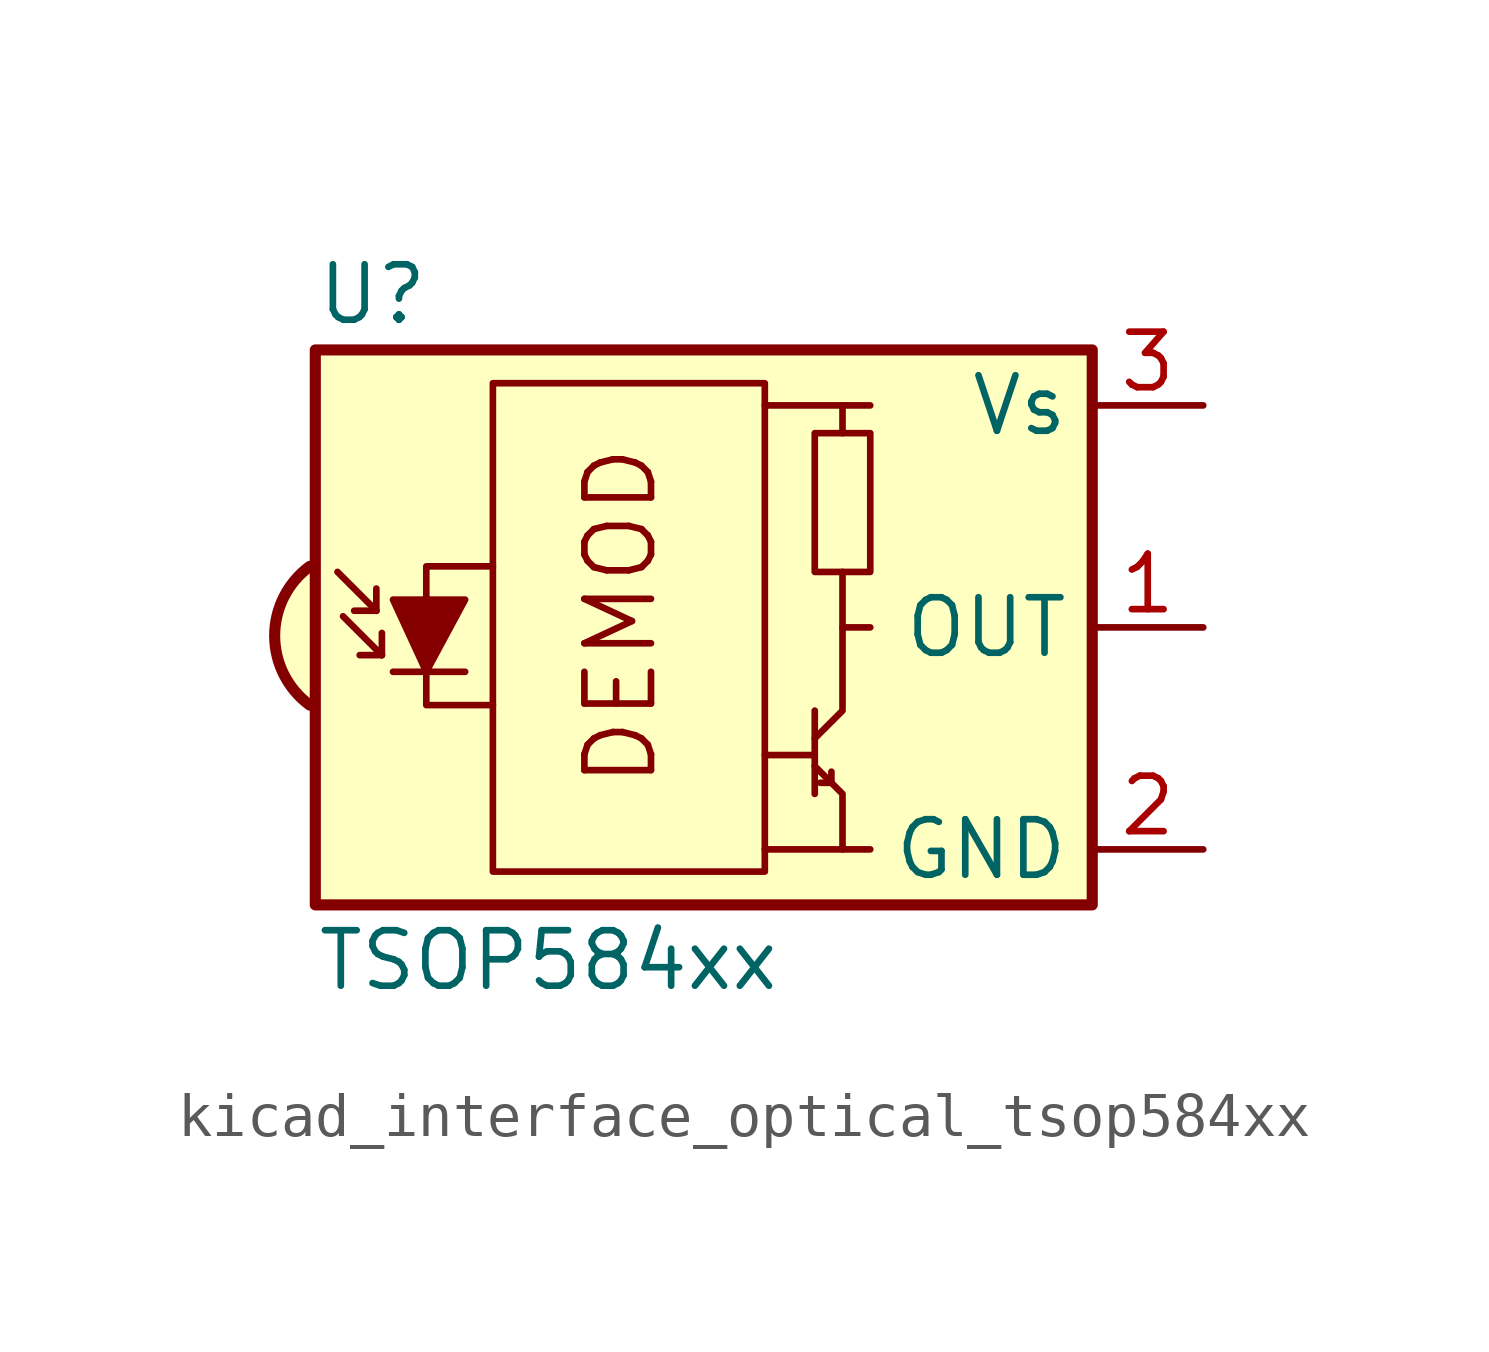
<source format=kicad_sym>
(kicad_symbol_lib
  (version 20220914)
  (generator kicad_symbol_editor)
  (symbol "kicad_interface_optical_tsop584xx"
    (property "Reference" "U"
      (at -10.16 7.62 0)
      (effects (font (size 1.27 1.27)) (justify left)))
    (property "Value" "TSOP584xx"
      (at -10.16 -7.62 0)
      (effects (font (size 1.27 1.27)) (justify left)))
    (symbol "kicad_interface_optical_tsop584xx_0_0"
      (arc (start -10.287 1.397) (mid -11.0899 -0.1852) (end -10.287 -1.778) (stroke (width 0.254) (type default)) (fill (type background)))
      (polyline (pts (xy 1.905 -5.08) (xy 0.127 -5.08)) (stroke (width 0) (type default)) (fill (type none)))
      (polyline (pts (xy 1.905 5.08) (xy 0.127 5.08)) (stroke (width 0) (type default)) (fill (type none)))
      (text "DEMOD" (at -3.175 0.254 900) (effects (font (size 1.524 1.524)))))
    (symbol "kicad_interface_optical_tsop584xx_0_1"
      (rectangle (start -6.096 5.588) (end 0.127 -5.588) (stroke (width 0) (type default)) (fill (type none)))
      (polyline (pts (xy -8.763 0.381) (xy -9.652 1.27)) (stroke (width 0) (type default)) (fill (type none)))
      (polyline (pts (xy -8.763 0.381) (xy -9.271 0.381)) (stroke (width 0) (type default)) (fill (type none)))
      (polyline (pts (xy -8.763 0.381) (xy -8.763 0.889)) (stroke (width 0) (type default)) (fill (type none)))
      (polyline (pts (xy -8.636 -0.635) (xy -9.525 0.254)) (stroke (width 0) (type default)) (fill (type none)))
      (polyline (pts (xy -8.636 -0.635) (xy -9.144 -0.635)) (stroke (width 0) (type default)) (fill (type none)))
      (polyline (pts (xy -8.636 -0.635) (xy -8.636 -0.127)) (stroke (width 0) (type default)) (fill (type none)))
      (polyline (pts (xy -8.382 -1.016) (xy -6.731 -1.016)) (stroke (width 0) (type default)) (fill (type none)))
      (polyline (pts (xy 1.27 -2.921) (xy 0.127 -2.921)) (stroke (width 0) (type default)) (fill (type none)))
      (polyline (pts (xy 1.27 -1.905) (xy 1.27 -3.81)) (stroke (width 0) (type default)) (fill (type none)))
      (polyline (pts (xy 1.397 -3.556) (xy 1.524 -3.556)) (stroke (width 0) (type default)) (fill (type none)))
      (polyline (pts (xy 1.651 -3.556) (xy 1.524 -3.556)) (stroke (width 0) (type default)) (fill (type none)))
      (polyline (pts (xy 1.651 -3.556) (xy 1.651 -3.302)) (stroke (width 0) (type default)) (fill (type none)))
      (polyline (pts (xy 1.905 0) (xy 1.905 1.27)) (stroke (width 0) (type default)) (fill (type none)))
      (polyline (pts (xy 1.905 4.445) (xy 1.905 5.08) (xy 2.54 5.08)) (stroke (width 0) (type default)) (fill (type none)))
      (polyline (pts (xy -8.382 0.635) (xy -6.731 0.635) (xy -7.62 -1.016) (xy -8.382 0.635)) (stroke (width 0) (type default)) (fill (type outline)))
      (polyline (pts (xy -6.096 1.397) (xy -7.62 1.397) (xy -7.62 -1.778) (xy -6.096 -1.778)) (stroke (width 0) (type default)) (fill (type none)))
      (polyline (pts (xy 1.27 -3.175) (xy 1.905 -3.81) (xy 1.905 -5.08) (xy 2.54 -5.08)) (stroke (width 0) (type default)) (fill (type none)))
      (polyline (pts (xy 1.27 -2.54) (xy 1.905 -1.905) (xy 1.905 0) (xy 2.54 0)) (stroke (width 0) (type default)) (fill (type none)))
      (rectangle (start 2.54 1.27) (end 1.27 4.445) (stroke (width 0) (type default)) (fill (type none)))
      (rectangle (start 7.62 6.35) (end -10.16 -6.35) (stroke (width 0.254) (type default)) (fill (type background))))
    (symbol "kicad_interface_optical_tsop584xx_1_1"
      (pin output line (at 10.16 0 180) (length 2.54) (name "OUT" (effects (font (size 1.27 1.27)))) (number "1" (effects (font (size 1.27 1.27)))))
      (pin power_in line (at 10.16 -5.08 180) (length 2.54) (name "GND" (effects (font (size 1.27 1.27)))) (number "2" (effects (font (size 1.27 1.27)))))
      (pin power_in line (at 10.16 5.08 180) (length 2.54) (name "Vs" (effects (font (size 1.27 1.27)))) (number "3" (effects (font (size 1.27 1.27))))))))
</source>
